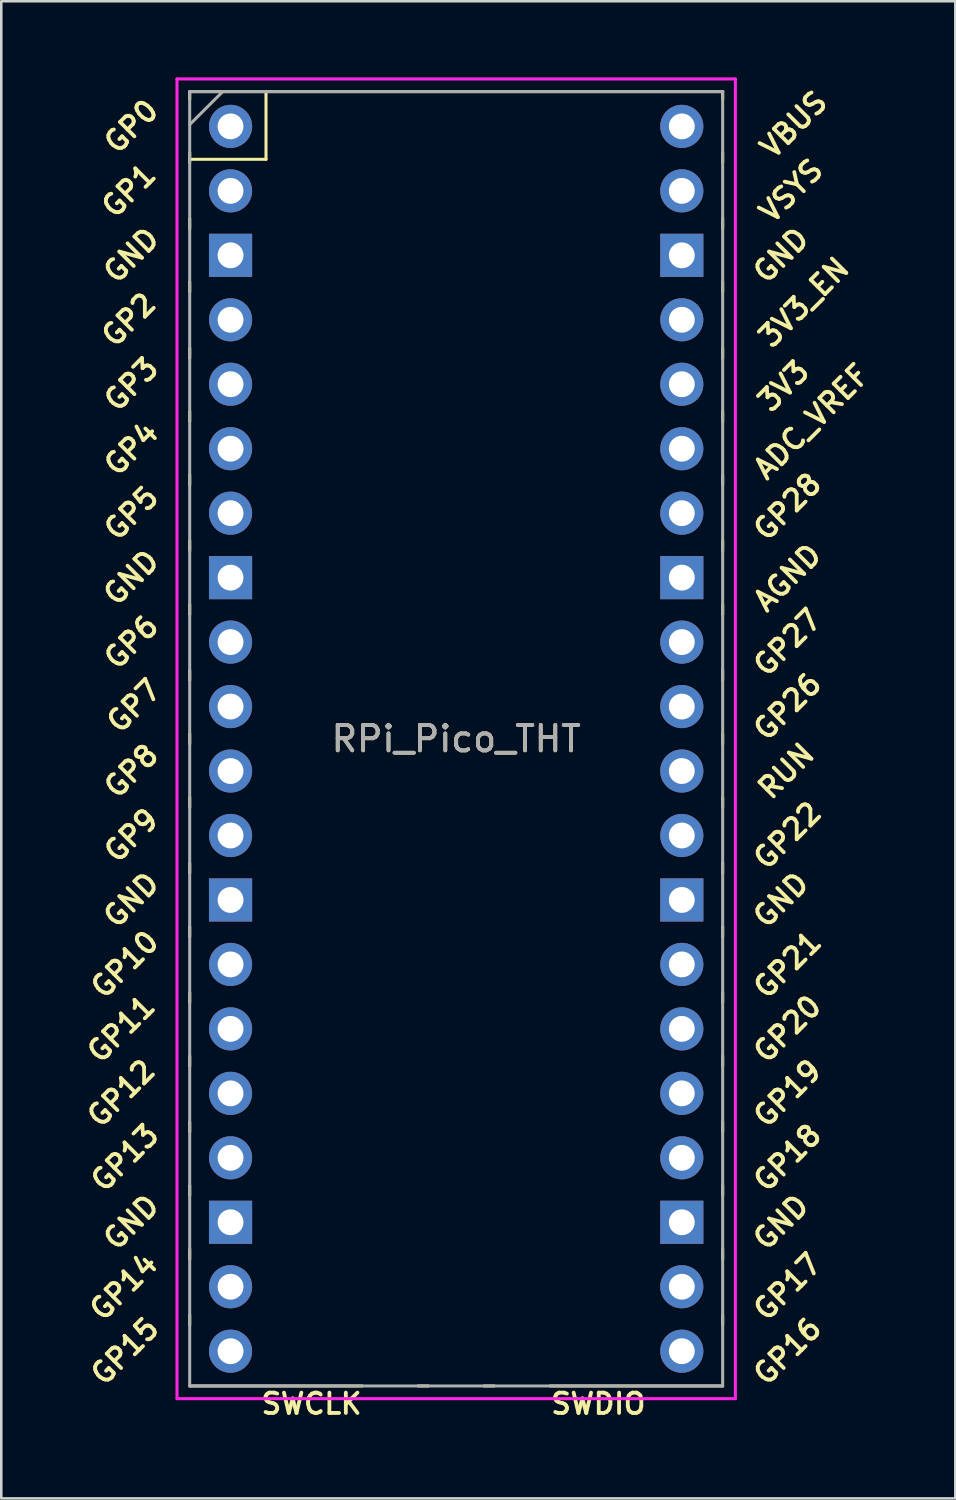
<source format=kicad_pcb>
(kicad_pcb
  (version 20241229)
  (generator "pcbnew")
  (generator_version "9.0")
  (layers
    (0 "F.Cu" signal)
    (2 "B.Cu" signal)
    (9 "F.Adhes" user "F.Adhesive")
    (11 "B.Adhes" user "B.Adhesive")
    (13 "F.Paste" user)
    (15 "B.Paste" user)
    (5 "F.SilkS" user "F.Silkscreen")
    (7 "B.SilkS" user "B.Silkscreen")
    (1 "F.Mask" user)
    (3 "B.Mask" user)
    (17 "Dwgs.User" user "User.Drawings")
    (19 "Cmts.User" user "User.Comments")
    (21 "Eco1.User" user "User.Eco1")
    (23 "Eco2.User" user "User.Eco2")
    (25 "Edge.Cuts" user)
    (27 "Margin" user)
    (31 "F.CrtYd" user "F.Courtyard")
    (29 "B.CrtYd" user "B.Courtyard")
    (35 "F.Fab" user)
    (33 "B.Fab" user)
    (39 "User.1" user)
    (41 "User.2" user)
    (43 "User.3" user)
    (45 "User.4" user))
  (footprint "RPi_Pico_THT"
    (layer "F.Cu")
    (at 14.924 26.06)
    (property "Reference" "RPi_Pico_THT" (at 0 0 0) (layer "F.SilkS") (effects (font (size 1 1) (thickness 0.15))))
    (attr through_hole)
    (fp_line (start -10.5 -25.5) (end -10.5 -25.2) (stroke (width 0.12) (type solid)) (layer "F.SilkS"))
    (fp_line (start -10.5 -25.5) (end 10.5 -25.5) (stroke (width 0.12) (type solid)) (layer "F.SilkS"))
    (fp_line (start -10.5 -23.1) (end -10.5 -22.7) (stroke (width 0.12) (type solid)) (layer "F.SilkS"))
    (fp_line (start -10.5 -22.833) (end -7.493 -22.833) (stroke (width 0.12) (type solid)) (layer "F.SilkS"))
    (fp_line (start -10.5 -20.5) (end -10.5 -20.1) (stroke (width 0.12) (type solid)) (layer "F.SilkS"))
    (fp_line (start -10.5 -18) (end -10.5 -17.6) (stroke (width 0.12) (type solid)) (layer "F.SilkS"))
    (fp_line (start -10.5 -15.4) (end -10.5 -15) (stroke (width 0.12) (type solid)) (layer "F.SilkS"))
    (fp_line (start -10.5 -12.9) (end -10.5 -12.5) (stroke (width 0.12) (type solid)) (layer "F.SilkS"))
    (fp_line (start -10.5 -10.4) (end -10.5 -10) (stroke (width 0.12) (type solid)) (layer "F.SilkS"))
    (fp_line (start -10.5 -7.8) (end -10.5 -7.4) (stroke (width 0.12) (type solid)) (layer "F.SilkS"))
    (fp_line (start -10.5 -5.3) (end -10.5 -4.9) (stroke (width 0.12) (type solid)) (layer "F.SilkS"))
    (fp_line (start -10.5 -2.7) (end -10.5 -2.3) (stroke (width 0.12) (type solid)) (layer "F.SilkS"))
    (fp_line (start -10.5 -0.2) (end -10.5 0.2) (stroke (width 0.12) (type solid)) (layer "F.SilkS"))
    (fp_line (start -10.5 2.3) (end -10.5 2.7) (stroke (width 0.12) (type solid)) (layer "F.SilkS"))
    (fp_line (start -10.5 4.9) (end -10.5 5.3) (stroke (width 0.12) (type solid)) (layer "F.SilkS"))
    (fp_line (start -10.5 7.4) (end -10.5 7.8) (stroke (width 0.12) (type solid)) (layer "F.SilkS"))
    (fp_line (start -10.5 10) (end -10.5 10.4) (stroke (width 0.12) (type solid)) (layer "F.SilkS"))
    (fp_line (start -10.5 12.5) (end -10.5 12.9) (stroke (width 0.12) (type solid)) (layer "F.SilkS"))
    (fp_line (start -10.5 15.1) (end -10.5 15.5) (stroke (width 0.12) (type solid)) (layer "F.SilkS"))
    (fp_line (start -10.5 17.6) (end -10.5 18) (stroke (width 0.12) (type solid)) (layer "F.SilkS"))
    (fp_line (start -10.5 20.1) (end -10.5 20.5) (stroke (width 0.12) (type solid)) (layer "F.SilkS"))
    (fp_line (start -10.5 22.7) (end -10.5 23.1) (stroke (width 0.12) (type solid)) (layer "F.SilkS"))
    (fp_line (start -7.493 -22.833) (end -7.493 -25.5) (stroke (width 0.12) (type solid)) (layer "F.SilkS"))
    (fp_line (start -3.7 25.5) (end -10.5 25.5) (stroke (width 0.12) (type solid)) (layer "F.SilkS"))
    (fp_line (start -1.5 25.5) (end -1.1 25.5) (stroke (width 0.12) (type solid)) (layer "F.SilkS"))
    (fp_line (start 1.1 25.5) (end 1.5 25.5) (stroke (width 0.12) (type solid)) (layer "F.SilkS"))
    (fp_line (start 10.5 -25.5) (end 10.5 -25.2) (stroke (width 0.12) (type solid)) (layer "F.SilkS"))
    (fp_line (start 10.5 -23.1) (end 10.5 -22.7) (stroke (width 0.12) (type solid)) (layer "F.SilkS"))
    (fp_line (start 10.5 -20.5) (end 10.5 -20.1) (stroke (width 0.12) (type solid)) (layer "F.SilkS"))
    (fp_line (start 10.5 -18) (end 10.5 -17.6) (stroke (width 0.12) (type solid)) (layer "F.SilkS"))
    (fp_line (start 10.5 -15.4) (end 10.5 -15) (stroke (width 0.12) (type solid)) (layer "F.SilkS"))
    (fp_line (start 10.5 -12.9) (end 10.5 -12.5) (stroke (width 0.12) (type solid)) (layer "F.SilkS"))
    (fp_line (start 10.5 -10.4) (end 10.5 -10) (stroke (width 0.12) (type solid)) (layer "F.SilkS"))
    (fp_line (start 10.5 -7.8) (end 10.5 -7.4) (stroke (width 0.12) (type solid)) (layer "F.SilkS"))
    (fp_line (start 10.5 -5.3) (end 10.5 -4.9) (stroke (width 0.12) (type solid)) (layer "F.SilkS"))
    (fp_line (start 10.5 -2.7) (end 10.5 -2.3) (stroke (width 0.12) (type solid)) (layer "F.SilkS"))
    (fp_line (start 10.5 -0.2) (end 10.5 0.2) (stroke (width 0.12) (type solid)) (layer "F.SilkS"))
    (fp_line (start 10.5 2.3) (end 10.5 2.7) (stroke (width 0.12) (type solid)) (layer "F.SilkS"))
    (fp_line (start 10.5 4.9) (end 10.5 5.3) (stroke (width 0.12) (type solid)) (layer "F.SilkS"))
    (fp_line (start 10.5 7.4) (end 10.5 7.8) (stroke (width 0.12) (type solid)) (layer "F.SilkS"))
    (fp_line (start 10.5 10) (end 10.5 10.4) (stroke (width 0.12) (type solid)) (layer "F.SilkS"))
    (fp_line (start 10.5 12.5) (end 10.5 12.9) (stroke (width 0.12) (type solid)) (layer "F.SilkS"))
    (fp_line (start 10.5 15.1) (end 10.5 15.5) (stroke (width 0.12) (type solid)) (layer "F.SilkS"))
    (fp_line (start 10.5 17.6) (end 10.5 18) (stroke (width 0.12) (type solid)) (layer "F.SilkS"))
    (fp_line (start 10.5 20.1) (end 10.5 20.5) (stroke (width 0.12) (type solid)) (layer "F.SilkS"))
    (fp_line (start 10.5 22.7) (end 10.5 23.1) (stroke (width 0.12) (type solid)) (layer "F.SilkS"))
    (fp_line (start 10.5 25.5) (end 3.7 25.5) (stroke (width 0.12) (type solid)) (layer "F.SilkS"))
    (fp_line (start -11 -26) (end 11 -26) (stroke (width 0.12) (type solid)) (layer "F.CrtYd"))
    (fp_line (start -11 26) (end -11 -26) (stroke (width 0.12) (type solid)) (layer "F.CrtYd"))
    (fp_line (start 11 -26) (end 11 26) (stroke (width 0.12) (type solid)) (layer "F.CrtYd"))
    (fp_line (start 11 26) (end -11 26) (stroke (width 0.12) (type solid)) (layer "F.CrtYd"))
    (fp_line (start -10.5 -25.5) (end 10.5 -25.5) (stroke (width 0.12) (type solid)) (layer "F.Fab"))
    (fp_line (start -10.5 -24.2) (end -9.2 -25.5) (stroke (width 0.12) (type solid)) (layer "F.Fab"))
    (fp_line (start -10.5 25.5) (end -10.5 -25.5) (stroke (width 0.12) (type solid)) (layer "F.Fab"))
    (fp_line (start 10.5 -25.5) (end 10.5 25.5) (stroke (width 0.12) (type solid)) (layer "F.Fab"))
    (fp_line (start 10.5 25.5) (end -10.5 25.5) (stroke (width 0.12) (type solid)) (layer "F.Fab"))
    (fp_text user "ADC_VREF" (at 14 -12.5 45) (layer "F.SilkS") (effects (font (size 0.8 0.8) (thickness 0.15))))
    (fp_text user "GP12" (at -13.2 13.97 45) (layer "F.SilkS") (effects (font (size 0.8 0.8) (thickness 0.15))))
    (fp_text user "GP5" (at -12.8 -8.89 45) (layer "F.SilkS") (effects (font (size 0.8 0.8) (thickness 0.15))))
    (fp_text user "GP6" (at -12.8 -3.81 45) (layer "F.SilkS") (effects (font (size 0.8 0.8) (thickness 0.15))))
    (fp_text user "GP10" (at -13.054 8.89 45) (layer "F.SilkS") (effects (font (size 0.8 0.8) (thickness 0.15))))
    (fp_text user "GND" (at 12.8 -19.05 45) (layer "F.SilkS") (effects (font (size 0.8 0.8) (thickness 0.15))))
    (fp_text user "GND" (at -12.8 19.05 45) (layer "F.SilkS") (effects (font (size 0.8 0.8) (thickness 0.15))))
    (fp_text user "GP15" (at -13.054 24.13 45) (layer "F.SilkS") (effects (font (size 0.8 0.8) (thickness 0.15))))
    (fp_text user "SWCLK" (at -5.7 26.2 0) (layer "F.SilkS") (effects (font (size 0.8 0.8) (thickness 0.15))))
    (fp_text user "GP22" (at 13.054 3.81 45) (layer "F.SilkS") (effects (font (size 0.8 0.8) (thickness 0.15))))
    (fp_text user "GP20" (at 13.054 11.43 45) (layer "F.SilkS") (effects (font (size 0.8 0.8) (thickness 0.15))))
    (fp_text user "GP8" (at -12.8 1.27 45) (layer "F.SilkS") (effects (font (size 0.8 0.8) (thickness 0.15))))
    (fp_text user "GP14" (at -13.1 21.59 45) (layer "F.SilkS") (effects (font (size 0.8 0.8) (thickness 0.15))))
    (fp_text user "3V3" (at 12.9 -13.9 45) (layer "F.SilkS") (effects (font (size 0.8 0.8) (thickness 0.15))))
    (fp_text user "VBUS" (at 13.3 -24.2 45) (layer "F.SilkS") (effects (font (size 0.8 0.8) (thickness 0.15))))
    (fp_text user "GP11" (at -13.2 11.43 45) (layer "F.SilkS") (effects (font (size 0.8 0.8) (thickness 0.15))))
    (fp_text user "AGND" (at 13.054 -6.35 45) (layer "F.SilkS") (effects (font (size 0.8 0.8) (thickness 0.15))))
    (fp_text user "3V3_EN" (at 13.7 -17.2 45) (layer "F.SilkS") (effects (font (size 0.8 0.8) (thickness 0.15))))
    (fp_text user "GP17" (at 13.054 21.59 45) (layer "F.SilkS") (effects (font (size 0.8 0.8) (thickness 0.15))))
    (fp_text user "GP3" (at -12.8 -13.97 45) (layer "F.SilkS") (effects (font (size 0.8 0.8) (thickness 0.15))))
    (fp_text user "VSYS" (at 13.2 -21.59 45) (layer "F.SilkS") (effects (font (size 0.8 0.8) (thickness 0.15))))
    (fp_text user "GND" (at 12.8 19.05 45) (layer "F.SilkS") (effects (font (size 0.8 0.8) (thickness 0.15))))
    (fp_text user "GND" (at 12.8 6.35 45) (layer "F.SilkS") (effects (font (size 0.8 0.8) (thickness 0.15))))
    (fp_text user "GND" (at -12.8 -19.05 45) (layer "F.SilkS") (effects (font (size 0.8 0.8) (thickness 0.15))))
    (fp_text user "GP1" (at -12.9 -21.6 45) (layer "F.SilkS") (effects (font (size 0.8 0.8) (thickness 0.15))))
    (fp_text user "GP7" (at -12.7 -1.3 45) (layer "F.SilkS") (effects (font (size 0.8 0.8) (thickness 0.15))))
    (fp_text user "GP0" (at -12.8 -24.13 45) (layer "F.SilkS") (effects (font (size 0.8 0.8) (thickness 0.15))))
    (fp_text user "GND" (at -12.8 -6.35 45) (layer "F.SilkS") (effects (font (size 0.8 0.8) (thickness 0.15))))
    (fp_text user "GP2" (at -12.9 -16.51 45) (layer "F.SilkS") (effects (font (size 0.8 0.8) (thickness 0.15))))
    (fp_text user "GP19" (at 13.054 13.97 45) (layer "F.SilkS") (effects (font (size 0.8 0.8) (thickness 0.15))))
    (fp_text user "SWDIO" (at 5.6 26.2 0) (layer "F.SilkS") (effects (font (size 0.8 0.8) (thickness 0.15))))
    (fp_text user "GP4" (at -12.8 -11.43 45) (layer "F.SilkS") (effects (font (size 0.8 0.8) (thickness 0.15))))
    (fp_text user "GP28" (at 13.054 -9.144 45) (layer "F.SilkS") (effects (font (size 0.8 0.8) (thickness 0.15))))
    (fp_text user "GP21" (at 13.054 8.9 45) (layer "F.SilkS") (effects (font (size 0.8 0.8) (thickness 0.15))))
    (fp_text user "GP18" (at 13.054 16.51 45) (layer "F.SilkS") (effects (font (size 0.8 0.8) (thickness 0.15))))
    (fp_text user "RUN" (at 13 1.27 45) (layer "F.SilkS") (effects (font (size 0.8 0.8) (thickness 0.15))))
    (fp_text user "GP16" (at 13.054 24.13 45) (layer "F.SilkS") (effects (font (size 0.8 0.8) (thickness 0.15))))
    (fp_text user "GP27" (at 13.054 -3.8 45) (layer "F.SilkS") (effects (font (size 0.8 0.8) (thickness 0.15))))
    (fp_text user "GP13" (at -13.054 16.51 45) (layer "F.SilkS") (effects (font (size 0.8 0.8) (thickness 0.15))))
    (fp_text user "GP9" (at -12.8 3.81 45) (layer "F.SilkS") (effects (font (size 0.8 0.8) (thickness 0.15))))
    (fp_text user "GND" (at -12.8 6.35 45) (layer "F.SilkS") (effects (font (size 0.8 0.8) (thickness 0.15))))
    (fp_text user "GP26" (at 13.054 -1.27 45) (layer "F.SilkS") (effects (font (size 0.8 0.8) (thickness 0.15))))
    (fp_text user "${REFERENCE}" (at 0 0 180) (layer "F.Fab") (effects (font (size 1 1) (thickness 0.15))))
    (pad "1" thru_hole oval (at -8.89 -24.13) (size 1.7 1.7) (drill 1.02) (layers "*.Cu" "*.Mask"))
    (pad "2" thru_hole oval (at -8.89 -21.59) (size 1.7 1.7) (drill 1.02) (layers "*.Cu" "*.Mask"))
    (pad "3" thru_hole rect (at -8.89 -19.05) (size 1.7 1.7) (drill 1.02) (layers "*.Cu" "*.Mask"))
    (pad "4" thru_hole oval (at -8.89 -16.51) (size 1.7 1.7) (drill 1.02) (layers "*.Cu" "*.Mask"))
    (pad "5" thru_hole oval (at -8.89 -13.97) (size 1.7 1.7) (drill 1.02) (layers "*.Cu" "*.Mask"))
    (pad "6" thru_hole oval (at -8.89 -11.43) (size 1.7 1.7) (drill 1.02) (layers "*.Cu" "*.Mask"))
    (pad "7" thru_hole oval (at -8.89 -8.89) (size 1.7 1.7) (drill 1.02) (layers "*.Cu" "*.Mask"))
    (pad "8" thru_hole rect (at -8.89 -6.35) (size 1.7 1.7) (drill 1.02) (layers "*.Cu" "*.Mask"))
    (pad "9" thru_hole oval (at -8.89 -3.81) (size 1.7 1.7) (drill 1.02) (layers "*.Cu" "*.Mask"))
    (pad "10" thru_hole oval (at -8.89 -1.27) (size 1.7 1.7) (drill 1.02) (layers "*.Cu" "*.Mask"))
    (pad "11" thru_hole oval (at -8.89 1.27) (size 1.7 1.7) (drill 1.02) (layers "*.Cu" "*.Mask"))
    (pad "12" thru_hole oval (at -8.89 3.81) (size 1.7 1.7) (drill 1.02) (layers "*.Cu" "*.Mask"))
    (pad "13" thru_hole rect (at -8.89 6.35) (size 1.7 1.7) (drill 1.02) (layers "*.Cu" "*.Mask"))
    (pad "14" thru_hole oval (at -8.89 8.89) (size 1.7 1.7) (drill 1.02) (layers "*.Cu" "*.Mask"))
    (pad "15" thru_hole oval (at -8.89 11.43) (size 1.7 1.7) (drill 1.02) (layers "*.Cu" "*.Mask"))
    (pad "16" thru_hole oval (at -8.89 13.97) (size 1.7 1.7) (drill 1.02) (layers "*.Cu" "*.Mask"))
    (pad "17" thru_hole oval (at -8.89 16.51) (size 1.7 1.7) (drill 1.02) (layers "*.Cu" "*.Mask"))
    (pad "18" thru_hole rect (at -8.89 19.05) (size 1.7 1.7) (drill 1.02) (layers "*.Cu" "*.Mask"))
    (pad "19" thru_hole oval (at -8.89 21.59) (size 1.7 1.7) (drill 1.02) (layers "*.Cu" "*.Mask"))
    (pad "20" thru_hole oval (at -8.89 24.13) (size 1.7 1.7) (drill 1.02) (layers "*.Cu" "*.Mask"))
    (pad "21" thru_hole oval (at 8.89 24.13) (size 1.7 1.7) (drill 1.02) (layers "*.Cu" "*.Mask"))
    (pad "22" thru_hole oval (at 8.89 21.59) (size 1.7 1.7) (drill 1.02) (layers "*.Cu" "*.Mask"))
    (pad "23" thru_hole rect (at 8.89 19.05) (size 1.7 1.7) (drill 1.02) (layers "*.Cu" "*.Mask"))
    (pad "24" thru_hole oval (at 8.89 16.51) (size 1.7 1.7) (drill 1.02) (layers "*.Cu" "*.Mask"))
    (pad "25" thru_hole oval (at 8.89 13.97) (size 1.7 1.7) (drill 1.02) (layers "*.Cu" "*.Mask"))
    (pad "26" thru_hole oval (at 8.89 11.43) (size 1.7 1.7) (drill 1.02) (layers "*.Cu" "*.Mask"))
    (pad "27" thru_hole oval (at 8.89 8.89) (size 1.7 1.7) (drill 1.02) (layers "*.Cu" "*.Mask"))
    (pad "28" thru_hole rect (at 8.89 6.35) (size 1.7 1.7) (drill 1.02) (layers "*.Cu" "*.Mask"))
    (pad "29" thru_hole oval (at 8.89 3.81) (size 1.7 1.7) (drill 1.02) (layers "*.Cu" "*.Mask"))
    (pad "30" thru_hole oval (at 8.89 1.27) (size 1.7 1.7) (drill 1.02) (layers "*.Cu" "*.Mask"))
    (pad "31" thru_hole oval (at 8.89 -1.27) (size 1.7 1.7) (drill 1.02) (layers "*.Cu" "*.Mask"))
    (pad "32" thru_hole oval (at 8.89 -3.81) (size 1.7 1.7) (drill 1.02) (layers "*.Cu" "*.Mask"))
    (pad "33" thru_hole rect (at 8.89 -6.35) (size 1.7 1.7) (drill 1.02) (layers "*.Cu" "*.Mask"))
    (pad "34" thru_hole oval (at 8.89 -8.89) (size 1.7 1.7) (drill 1.02) (layers "*.Cu" "*.Mask"))
    (pad "35" thru_hole oval (at 8.89 -11.43) (size 1.7 1.7) (drill 1.02) (layers "*.Cu" "*.Mask"))
    (pad "36" thru_hole oval (at 8.89 -13.97) (size 1.7 1.7) (drill 1.02) (layers "*.Cu" "*.Mask"))
    (pad "37" thru_hole oval (at 8.89 -16.51) (size 1.7 1.7) (drill 1.02) (layers "*.Cu" "*.Mask"))
    (pad "38" thru_hole rect (at 8.89 -19.05) (size 1.7 1.7) (drill 1.02) (layers "*.Cu" "*.Mask"))
    (pad "39" thru_hole oval (at 8.89 -21.59) (size 1.7 1.7) (drill 1.02) (layers "*.Cu" "*.Mask"))
    (pad "40" thru_hole oval (at 8.89 -24.13) (size 1.7 1.7) (drill 1.02) (layers "*.Cu" "*.Mask")))
  (gr_rect
    (start -3 -3)
    (end 34.591 55.991)
    (stroke (width 0.1) (type default))
    (fill no)
    (layer "Edge.Cuts")))
</source>
